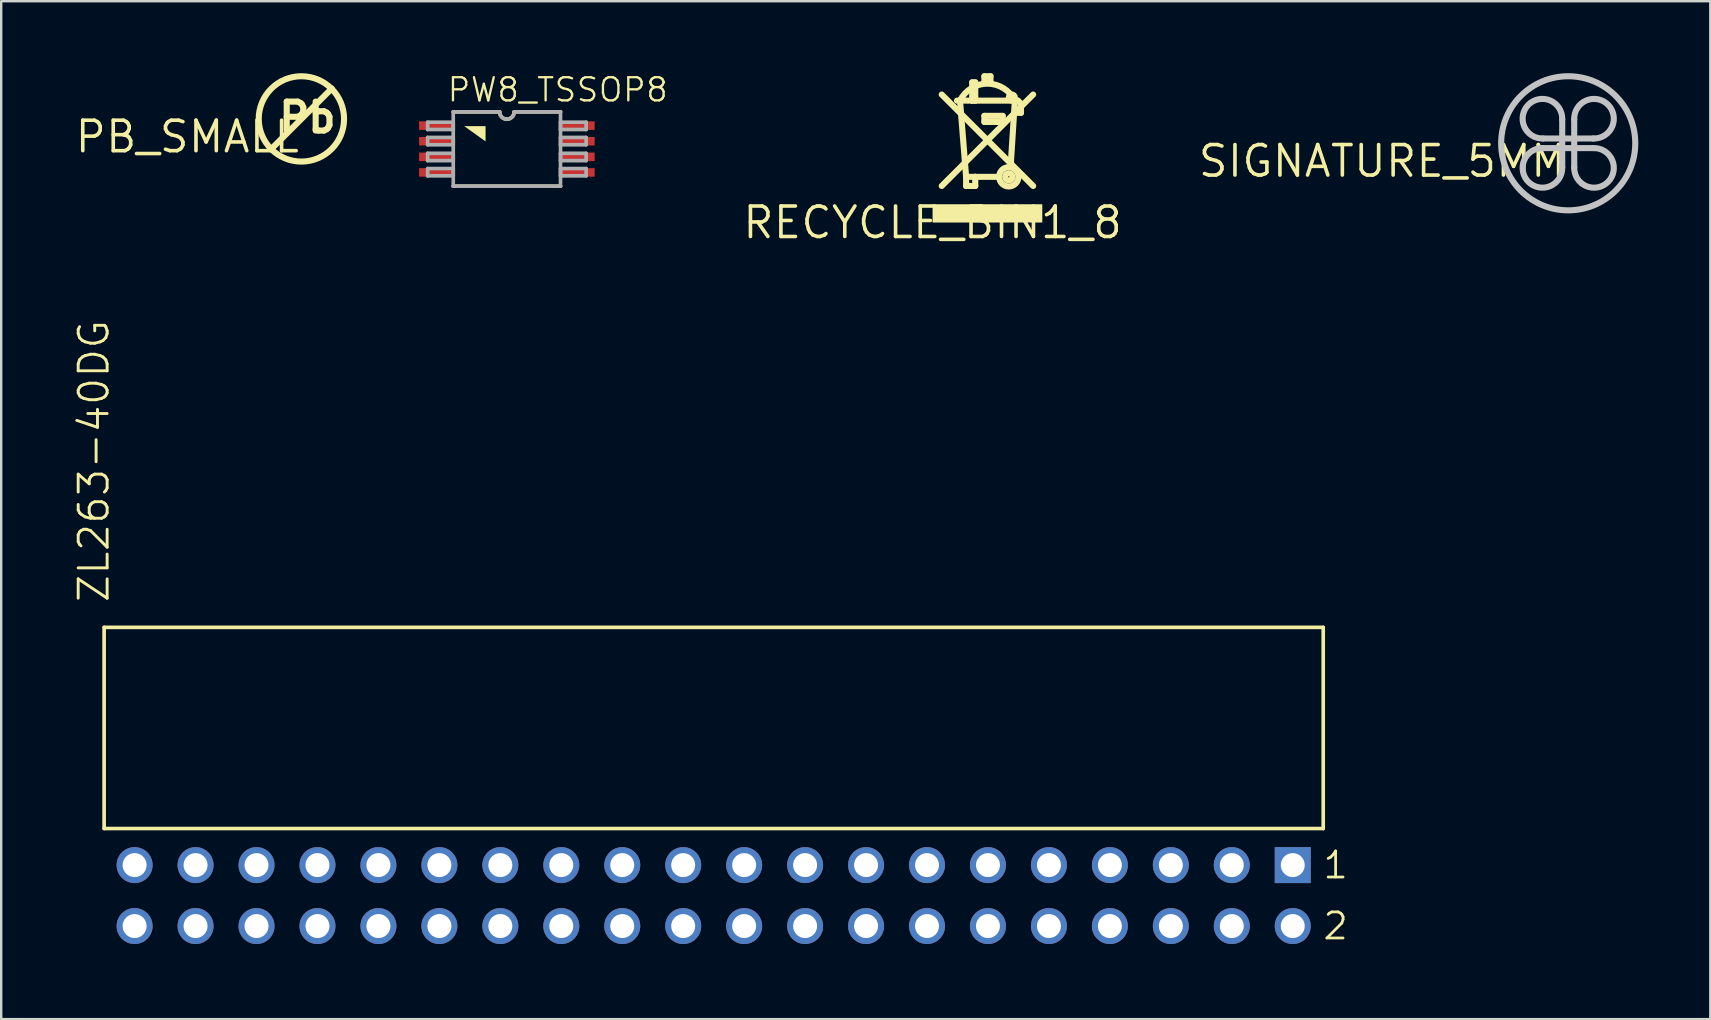
<source format=kicad_pcb>
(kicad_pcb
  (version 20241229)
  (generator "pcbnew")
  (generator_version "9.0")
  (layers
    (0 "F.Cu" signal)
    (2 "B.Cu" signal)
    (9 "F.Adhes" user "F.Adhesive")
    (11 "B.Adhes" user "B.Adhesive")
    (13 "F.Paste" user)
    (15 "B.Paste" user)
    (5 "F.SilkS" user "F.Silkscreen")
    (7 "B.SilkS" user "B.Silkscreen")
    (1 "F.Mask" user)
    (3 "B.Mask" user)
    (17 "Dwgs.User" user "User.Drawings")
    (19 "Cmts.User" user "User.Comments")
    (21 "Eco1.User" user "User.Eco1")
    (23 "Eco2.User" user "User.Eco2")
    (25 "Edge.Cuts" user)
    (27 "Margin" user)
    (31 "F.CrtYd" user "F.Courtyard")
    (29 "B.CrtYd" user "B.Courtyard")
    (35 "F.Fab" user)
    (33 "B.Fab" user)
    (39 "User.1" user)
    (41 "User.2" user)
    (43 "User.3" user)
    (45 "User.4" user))
  (footprint "ZL263-40DG"
    (layer "F.Cu")
    (at 2.559 35.539)
    (property "Reference" "ZL263-40DG" (at -0.991 -13.411 90) (layer "F.SilkS") (effects (font (size 1.206 1.206) (thickness 0.121)) (justify left bottom)))
    (attr through_hole)
    (fp_line (start -1.27 -12.446) (end -1.27 -4.064) (stroke (width 0.152) (type solid)) (layer "F.SilkS"))
    (fp_line (start -1.27 -4.064) (end 49.53 -4.064) (stroke (width 0.152) (type solid)) (layer "F.SilkS"))
    (fp_line (start 49.53 -12.446) (end -1.27 -12.446) (stroke (width 0.152) (type solid)) (layer "F.SilkS"))
    (fp_line (start 49.53 -4.064) (end 49.53 -12.446) (stroke (width 0.152) (type solid)) (layer "F.SilkS"))
    (fp_text user "1" (at 49.454 -1.905 0) (layer "F.SilkS") (effects (font (size 1.086 1.086) (thickness 0.114)) (justify left bottom)))
    (fp_text user "2" (at 49.454 0.635 0) (layer "F.SilkS") (effects (font (size 1.086 1.086) (thickness 0.114)) (justify left bottom)))
    (pad "1" thru_hole rect (at 48.26 -2.54) (size 1.5 1.5) (drill 1) (layers "*.Cu" "*.Mask"))
    (pad "2" thru_hole circle (at 48.26 0) (size 1.5 1.5) (drill 1) (layers "*.Cu" "*.Mask"))
    (pad "3" thru_hole circle (at 45.72 -2.54) (size 1.5 1.5) (drill 1) (layers "*.Cu" "*.Mask"))
    (pad "4" thru_hole circle (at 45.72 0) (size 1.5 1.5) (drill 1) (layers "*.Cu" "*.Mask"))
    (pad "5" thru_hole circle (at 43.18 -2.54) (size 1.5 1.5) (drill 1) (layers "*.Cu" "*.Mask"))
    (pad "6" thru_hole circle (at 43.18 0) (size 1.5 1.5) (drill 1) (layers "*.Cu" "*.Mask"))
    (pad "7" thru_hole circle (at 40.64 -2.54) (size 1.5 1.5) (drill 1) (layers "*.Cu" "*.Mask"))
    (pad "8" thru_hole circle (at 40.64 0) (size 1.5 1.5) (drill 1) (layers "*.Cu" "*.Mask"))
    (pad "9" thru_hole circle (at 38.1 -2.54) (size 1.5 1.5) (drill 1) (layers "*.Cu" "*.Mask"))
    (pad "10" thru_hole circle (at 38.1 0) (size 1.5 1.5) (drill 1) (layers "*.Cu" "*.Mask"))
    (pad "11" thru_hole circle (at 35.56 -2.54) (size 1.5 1.5) (drill 1) (layers "*.Cu" "*.Mask"))
    (pad "12" thru_hole circle (at 35.56 0) (size 1.5 1.5) (drill 1) (layers "*.Cu" "*.Mask"))
    (pad "13" thru_hole circle (at 33.02 -2.54) (size 1.5 1.5) (drill 1) (layers "*.Cu" "*.Mask"))
    (pad "14" thru_hole circle (at 33.02 0) (size 1.5 1.5) (drill 1) (layers "*.Cu" "*.Mask"))
    (pad "15" thru_hole circle (at 30.48 -2.54) (size 1.5 1.5) (drill 1) (layers "*.Cu" "*.Mask"))
    (pad "16" thru_hole circle (at 30.48 0) (size 1.5 1.5) (drill 1) (layers "*.Cu" "*.Mask"))
    (pad "17" thru_hole circle (at 27.94 -2.54) (size 1.5 1.5) (drill 1) (layers "*.Cu" "*.Mask"))
    (pad "18" thru_hole circle (at 27.94 0) (size 1.5 1.5) (drill 1) (layers "*.Cu" "*.Mask"))
    (pad "19" thru_hole circle (at 25.4 -2.54) (size 1.5 1.5) (drill 1) (layers "*.Cu" "*.Mask"))
    (pad "20" thru_hole circle (at 25.4 0) (size 1.5 1.5) (drill 1) (layers "*.Cu" "*.Mask"))
    (pad "21" thru_hole circle (at 22.86 -2.54) (size 1.5 1.5) (drill 1) (layers "*.Cu" "*.Mask"))
    (pad "22" thru_hole circle (at 22.86 0) (size 1.5 1.5) (drill 1) (layers "*.Cu" "*.Mask"))
    (pad "23" thru_hole circle (at 20.32 -2.54) (size 1.5 1.5) (drill 1) (layers "*.Cu" "*.Mask"))
    (pad "24" thru_hole circle (at 20.32 0) (size 1.5 1.5) (drill 1) (layers "*.Cu" "*.Mask"))
    (pad "25" thru_hole circle (at 17.78 -2.54) (size 1.5 1.5) (drill 1) (layers "*.Cu" "*.Mask"))
    (pad "26" thru_hole circle (at 17.78 0) (size 1.5 1.5) (drill 1) (layers "*.Cu" "*.Mask"))
    (pad "27" thru_hole circle (at 15.24 -2.54) (size 1.5 1.5) (drill 1) (layers "*.Cu" "*.Mask"))
    (pad "28" thru_hole circle (at 15.24 0) (size 1.5 1.5) (drill 1) (layers "*.Cu" "*.Mask"))
    (pad "29" thru_hole circle (at 12.7 -2.54) (size 1.5 1.5) (drill 1) (layers "*.Cu" "*.Mask"))
    (pad "30" thru_hole circle (at 12.7 0) (size 1.5 1.5) (drill 1) (layers "*.Cu" "*.Mask"))
    (pad "31" thru_hole circle (at 10.16 -2.54) (size 1.5 1.5) (drill 1) (layers "*.Cu" "*.Mask"))
    (pad "32" thru_hole circle (at 10.16 0) (size 1.5 1.5) (drill 1) (layers "*.Cu" "*.Mask"))
    (pad "33" thru_hole circle (at 7.62 -2.54) (size 1.5 1.5) (drill 1) (layers "*.Cu" "*.Mask"))
    (pad "34" thru_hole circle (at 7.62 0) (size 1.5 1.5) (drill 1) (layers "*.Cu" "*.Mask"))
    (pad "35" thru_hole circle (at 5.08 -2.54) (size 1.5 1.5) (drill 1) (layers "*.Cu" "*.Mask"))
    (pad "36" thru_hole circle (at 5.08 0) (size 1.5 1.5) (drill 1) (layers "*.Cu" "*.Mask"))
    (pad "37" thru_hole circle (at 2.54 -2.54) (size 1.5 1.5) (drill 1) (layers "*.Cu" "*.Mask"))
    (pad "38" thru_hole circle (at 2.54 0) (size 1.5 1.5) (drill 1) (layers "*.Cu" "*.Mask"))
    (pad "39" thru_hole circle (at 0 -2.54) (size 1.5 1.5) (drill 1) (layers "*.Cu" "*.Mask"))
    (pad "40" thru_hole circle (at 0 0) (size 1.5 1.5) (drill 1) (layers "*.Cu" "*.Mask")))
  (footprint "PB_SMALL"
    (layer "F.Cu")
    (at 9.509 1.905)
    (property "Reference" "PB_SMALL" (at 0 0 0) (layer "F.SilkS") (effects (font (size 1.27 1.27) (thickness 0.15)) (justify right top)))
    (attr through_hole)
    (fp_line (start -1.265 1.265) (end 1.265 -1.265) (stroke (width 0.254) (type solid)) (layer "F.SilkS"))
    (fp_circle (center 0 0) (end 1.778 0) (stroke (width 0.254) (type solid)) (fill no) (layer "F.SilkS"))
    (fp_text user "Pb" (at -1.065 0.646 0) (layer "F.SilkS") (effects (font (size 1.206 1.206) (thickness 0.254)) (justify left bottom))))
  (footprint "SIGNATURE_5MM"
    (layer "F.Cu")
    (at 62.298 2.921)
    (property "Reference" "SIGNATURE_5MM" (at 0 0 0) (layer "F.SilkS") (effects (font (size 1.27 1.27) (thickness 0.15)) (justify right top)))
    (attr through_hole)
    (fp_line (start -1.05 -0.2) (end 1.05 -0.2) (stroke (width 0.254) (type solid)) (layer "Dwgs.User"))
    (fp_line (start -1.05 0.2) (end 1.05 0.2) (stroke (width 0.254) (type solid)) (layer "Dwgs.User"))
    (fp_line (start -0.25 -1) (end -0.25 1) (stroke (width 0.254) (type solid)) (layer "Dwgs.User"))
    (fp_line (start 0.25 -1) (end 0.25 1) (stroke (width 0.254) (type solid)) (layer "Dwgs.User"))
    (fp_arc (start -1.05 -0.2) (mid -1.658623 -1.608625) (end -0.25 -0.999998) (stroke (width 0.254) (type solid)) (layer "Dwgs.User"))
    (fp_arc (start -0.25 1) (mid -1.658625 1.608623) (end -1.049998 0.2) (stroke (width 0.254) (type solid)) (layer "Dwgs.User"))
    (fp_arc (start 0.25 -1) (mid 1.658625 -1.608623) (end 1.049998 -0.2) (stroke (width 0.254) (type solid)) (layer "Dwgs.User"))
    (fp_arc (start 1.05 0.2) (mid 1.658623 1.608625) (end 0.25 0.999998) (stroke (width 0.254) (type solid)) (layer "Dwgs.User"))
    (fp_circle (center 0 0) (end 2.794 0) (stroke (width 0.254) (type solid)) (fill no) (layer "Dwgs.User")))
  (footprint "PW8_TSSOP8"
    (layer "F.Cu")
    (at 18.072 3.16)
    (property "Reference" "PW8_TSSOP8" (at -2.54 -1.905 0) (layer "F.SilkS") (effects (font (size 0.965 0.965) (thickness 0.097)) (justify left bottom)))
    (attr through_hole)
    (fp_line (start -2.235 1.549) (end 2.235 1.549) (stroke (width 0.152) (type solid)) (layer "F.SilkS"))
    (fp_line (start -0.305 -1.549) (end -2.235 -1.549) (stroke (width 0.152) (type solid)) (layer "F.SilkS"))
    (fp_line (start 2.235 -1.549) (end 0.305 -1.549) (stroke (width 0.152) (type solid)) (layer "F.SilkS"))
    (fp_arc (start 0.3048 -1.5494) (mid 0 -1.2446) (end -0.3048 -1.5494) (stroke (width 0.1524) (type solid)) (layer "F.SilkS"))
    (fp_poly (pts (xy -1.778 -0.953) (xy -0.889 -0.953) (xy -0.889 -0.318)) (stroke (width 0) (type solid)) (fill yes) (layer "F.SilkS"))
    (fp_line (start -3.302 -1.118) (end -3.302 -0.813) (stroke (width 0.152) (type solid)) (layer "F.Fab"))
    (fp_line (start -3.302 -0.813) (end -2.235 -0.813) (stroke (width 0.152) (type solid)) (layer "F.Fab"))
    (fp_line (start -3.302 -0.483) (end -3.302 -0.178) (stroke (width 0.152) (type solid)) (layer "F.Fab"))
    (fp_line (start -3.302 -0.178) (end -2.235 -0.178) (stroke (width 0.152) (type solid)) (layer "F.Fab"))
    (fp_line (start -3.302 0.178) (end -3.302 0.483) (stroke (width 0.152) (type solid)) (layer "F.Fab"))
    (fp_line (start -3.302 0.483) (end -2.235 0.483) (stroke (width 0.152) (type solid)) (layer "F.Fab"))
    (fp_line (start -3.302 0.813) (end -3.302 1.118) (stroke (width 0.152) (type solid)) (layer "F.Fab"))
    (fp_line (start -3.302 1.118) (end -2.235 1.118) (stroke (width 0.152) (type solid)) (layer "F.Fab"))
    (fp_line (start -2.235 -1.549) (end -2.235 1.549) (stroke (width 0.152) (type solid)) (layer "F.Fab"))
    (fp_line (start -2.235 -1.118) (end -3.302 -1.118) (stroke (width 0.152) (type solid)) (layer "F.Fab"))
    (fp_line (start -2.235 -0.813) (end -2.235 -1.118) (stroke (width 0.152) (type solid)) (layer "F.Fab"))
    (fp_line (start -2.235 -0.483) (end -3.302 -0.483) (stroke (width 0.152) (type solid)) (layer "F.Fab"))
    (fp_line (start -2.235 -0.178) (end -2.235 -0.483) (stroke (width 0.152) (type solid)) (layer "F.Fab"))
    (fp_line (start -2.235 0.178) (end -3.302 0.178) (stroke (width 0.152) (type solid)) (layer "F.Fab"))
    (fp_line (start -2.235 0.483) (end -2.235 0.178) (stroke (width 0.152) (type solid)) (layer "F.Fab"))
    (fp_line (start -2.235 0.813) (end -3.302 0.813) (stroke (width 0.152) (type solid)) (layer "F.Fab"))
    (fp_line (start -2.235 1.118) (end -2.235 0.813) (stroke (width 0.152) (type solid)) (layer "F.Fab"))
    (fp_line (start -2.235 1.549) (end 2.235 1.549) (stroke (width 0.152) (type solid)) (layer "F.Fab"))
    (fp_line (start -0.305 -1.549) (end -2.235 -1.549) (stroke (width 0.152) (type solid)) (layer "F.Fab"))
    (fp_line (start 2.235 -1.549) (end 0.305 -1.549) (stroke (width 0.152) (type solid)) (layer "F.Fab"))
    (fp_line (start 2.235 -1.118) (end 2.235 -0.813) (stroke (width 0.152) (type solid)) (layer "F.Fab"))
    (fp_line (start 2.235 -0.813) (end 3.302 -0.813) (stroke (width 0.152) (type solid)) (layer "F.Fab"))
    (fp_line (start 2.235 -0.483) (end 2.235 -0.178) (stroke (width 0.152) (type solid)) (layer "F.Fab"))
    (fp_line (start 2.235 -0.178) (end 3.302 -0.178) (stroke (width 0.152) (type solid)) (layer "F.Fab"))
    (fp_line (start 2.235 0.178) (end 2.235 0.483) (stroke (width 0.152) (type solid)) (layer "F.Fab"))
    (fp_line (start 2.235 0.483) (end 3.302 0.483) (stroke (width 0.152) (type solid)) (layer "F.Fab"))
    (fp_line (start 2.235 0.813) (end 2.235 1.118) (stroke (width 0.152) (type solid)) (layer "F.Fab"))
    (fp_line (start 2.235 1.118) (end 3.302 1.118) (stroke (width 0.152) (type solid)) (layer "F.Fab"))
    (fp_line (start 2.235 1.549) (end 2.235 -1.549) (stroke (width 0.152) (type solid)) (layer "F.Fab"))
    (fp_line (start 3.302 -1.118) (end 2.235 -1.118) (stroke (width 0.152) (type solid)) (layer "F.Fab"))
    (fp_line (start 3.302 -0.813) (end 3.302 -1.118) (stroke (width 0.152) (type solid)) (layer "F.Fab"))
    (fp_line (start 3.302 -0.483) (end 2.235 -0.483) (stroke (width 0.152) (type solid)) (layer "F.Fab"))
    (fp_line (start 3.302 -0.178) (end 3.302 -0.483) (stroke (width 0.152) (type solid)) (layer "F.Fab"))
    (fp_line (start 3.302 0.178) (end 2.235 0.178) (stroke (width 0.152) (type solid)) (layer "F.Fab"))
    (fp_line (start 3.302 0.483) (end 3.302 0.178) (stroke (width 0.152) (type solid)) (layer "F.Fab"))
    (fp_line (start 3.302 0.813) (end 2.235 0.813) (stroke (width 0.152) (type solid)) (layer "F.Fab"))
    (fp_line (start 3.302 1.118) (end 3.302 0.813) (stroke (width 0.152) (type solid)) (layer "F.Fab"))
    (fp_arc (start 0.3048 -1.5494) (mid 0 -1.2446) (end -0.3048 -1.5494) (stroke (width 0.1524) (type solid)) (layer "F.Fab"))
    (pad "1" smd rect (at -2.921 -0.975) (size 1.473 0.356) (layers "F.Cu" "F.Mask" "F.Paste"))
    (pad "2" smd rect (at -2.921 -0.325) (size 1.473 0.356) (layers "F.Cu" "F.Mask" "F.Paste"))
    (pad "3" smd rect (at -2.921 0.325) (size 1.473 0.356) (layers "F.Cu" "F.Mask" "F.Paste"))
    (pad "4" smd rect (at -2.921 0.975) (size 1.473 0.356) (layers "F.Cu" "F.Mask" "F.Paste"))
    (pad "5" smd rect (at 2.921 0.975) (size 1.473 0.356) (layers "F.Cu" "F.Mask" "F.Paste"))
    (pad "6" smd rect (at 2.921 0.325) (size 1.473 0.356) (layers "F.Cu" "F.Mask" "F.Paste"))
    (pad "7" smd rect (at 2.921 -0.325) (size 1.473 0.356) (layers "F.Cu" "F.Mask" "F.Paste"))
    (pad "8" smd rect (at 2.921 -0.975) (size 1.473 0.356) (layers "F.Cu" "F.Mask" "F.Paste")))
  (footprint "RECYCLE_BIN1_8"
    (layer "F.Cu")
    (at 35.811 6.223)
    (property "Reference" "RECYCLE_BIN1_8" (at 0 0 0) (layer "F.SilkS") (effects (font (size 1.27 1.27) (thickness 0.15))))
    (attr through_hole)
    (fp_line (start 0.381 -5.334) (end 4.191 -1.524) (stroke (width 0.254) (type solid)) (layer "F.SilkS"))
    (fp_line (start 1.143 -5.08) (end 1.016 -5.08) (stroke (width 0.254) (type solid)) (layer "F.SilkS"))
    (fp_line (start 1.143 -5.08) (end 1.651 -5.08) (stroke (width 0.254) (type solid)) (layer "F.SilkS"))
    (fp_line (start 1.397 -1.905) (end 1.143 -5.08) (stroke (width 0.254) (type solid)) (layer "F.SilkS"))
    (fp_line (start 1.397 -1.905) (end 1.397 -1.524) (stroke (width 0.254) (type solid)) (layer "F.SilkS"))
    (fp_line (start 1.397 -1.524) (end 1.778 -1.524) (stroke (width 0.254) (type solid)) (layer "F.SilkS"))
    (fp_line (start 1.651 -5.842) (end 1.651 -5.08) (stroke (width 0.254) (type solid)) (layer "F.SilkS"))
    (fp_line (start 1.651 -5.842) (end 1.778 -5.842) (stroke (width 0.254) (type solid)) (layer "F.SilkS"))
    (fp_line (start 1.651 -5.08) (end 1.778 -5.08) (stroke (width 0.254) (type solid)) (layer "F.SilkS"))
    (fp_line (start 1.778 -5.842) (end 1.778 -5.08) (stroke (width 0.254) (type solid)) (layer "F.SilkS"))
    (fp_line (start 1.778 -5.08) (end 3.429 -5.08) (stroke (width 0.254) (type solid)) (layer "F.SilkS"))
    (fp_line (start 1.778 -1.905) (end 1.397 -1.905) (stroke (width 0.254) (type solid)) (layer "F.SilkS"))
    (fp_line (start 1.778 -1.524) (end 1.778 -1.905) (stroke (width 0.254) (type solid)) (layer "F.SilkS"))
    (fp_line (start 2.159 -6.096) (end 2.159 -5.842) (stroke (width 0.254) (type solid)) (layer "F.SilkS"))
    (fp_line (start 2.159 -5.842) (end 2.413 -5.842) (stroke (width 0.254) (type solid)) (layer "F.SilkS"))
    (fp_line (start 2.159 -4.445) (end 2.159 -4.191) (stroke (width 0.254) (type solid)) (layer "F.SilkS"))
    (fp_line (start 2.159 -4.191) (end 2.921 -4.191) (stroke (width 0.254) (type solid)) (layer "F.SilkS"))
    (fp_line (start 2.413 -6.096) (end 2.159 -6.096) (stroke (width 0.254) (type solid)) (layer "F.SilkS"))
    (fp_line (start 2.413 -5.842) (end 2.413 -6.096) (stroke (width 0.254) (type solid)) (layer "F.SilkS"))
    (fp_line (start 2.769 -1.905) (end 1.778 -1.905) (stroke (width 0.254) (type solid)) (layer "F.SilkS"))
    (fp_line (start 2.921 -4.445) (end 2.159 -4.445) (stroke (width 0.254) (type solid)) (layer "F.SilkS"))
    (fp_line (start 2.921 -4.191) (end 2.921 -4.445) (stroke (width 0.254) (type solid)) (layer "F.SilkS"))
    (fp_line (start 3.429 -5.08) (end 3.251 -2.311) (stroke (width 0.254) (type solid)) (layer "F.SilkS"))
    (fp_line (start 3.429 -5.08) (end 3.556 -5.08) (stroke (width 0.254) (type solid)) (layer "F.SilkS"))
    (fp_line (start 3.429 -4.572) (end 0.381 -1.524) (stroke (width 0.254) (type solid)) (layer "F.SilkS"))
    (fp_line (start 3.556 -5.08) (end 3.683 -4.953) (stroke (width 0.254) (type solid)) (layer "F.SilkS"))
    (fp_line (start 3.683 -4.953) (end 3.683 -4.572) (stroke (width 0.254) (type solid)) (layer "F.SilkS"))
    (fp_line (start 3.683 -4.572) (end 3.429 -4.572) (stroke (width 0.254) (type solid)) (layer "F.SilkS"))
    (fp_line (start 4.191 -5.334) (end 3.429 -4.572) (stroke (width 0.254) (type solid)) (layer "F.SilkS"))
    (fp_arc (start 1.143 -5.08) (mid 2.286 -5.786413) (end 3.429 -5.08) (stroke (width 0.254) (type solid)) (layer "F.SilkS"))
    (fp_circle (center 3.175 -1.905) (end 3.2 -1.905) (stroke (width 0.254) (type solid)) (fill no) (layer "F.SilkS"))
    (fp_circle (center 3.175 -1.905) (end 3.577 -1.905) (stroke (width 0.254) (type solid)) (fill no) (layer "F.SilkS"))
    (fp_circle (center 3.302 -5.207) (end 3.429 -5.207) (stroke (width 0.254) (type solid)) (fill no) (layer "F.SilkS"))
    (fp_poly (pts (xy 0 0) (xy 4.572 0) (xy 4.572 -0.762) (xy 0 -0.762)) (stroke (width 0) (type solid)) (fill yes) (layer "F.SilkS")))
  (gr_rect
    (start -3 -3)
    (end 68.219 39.417)
    (stroke (width 0.1) (type default))
    (fill no)
    (layer "Edge.Cuts")))
</source>
